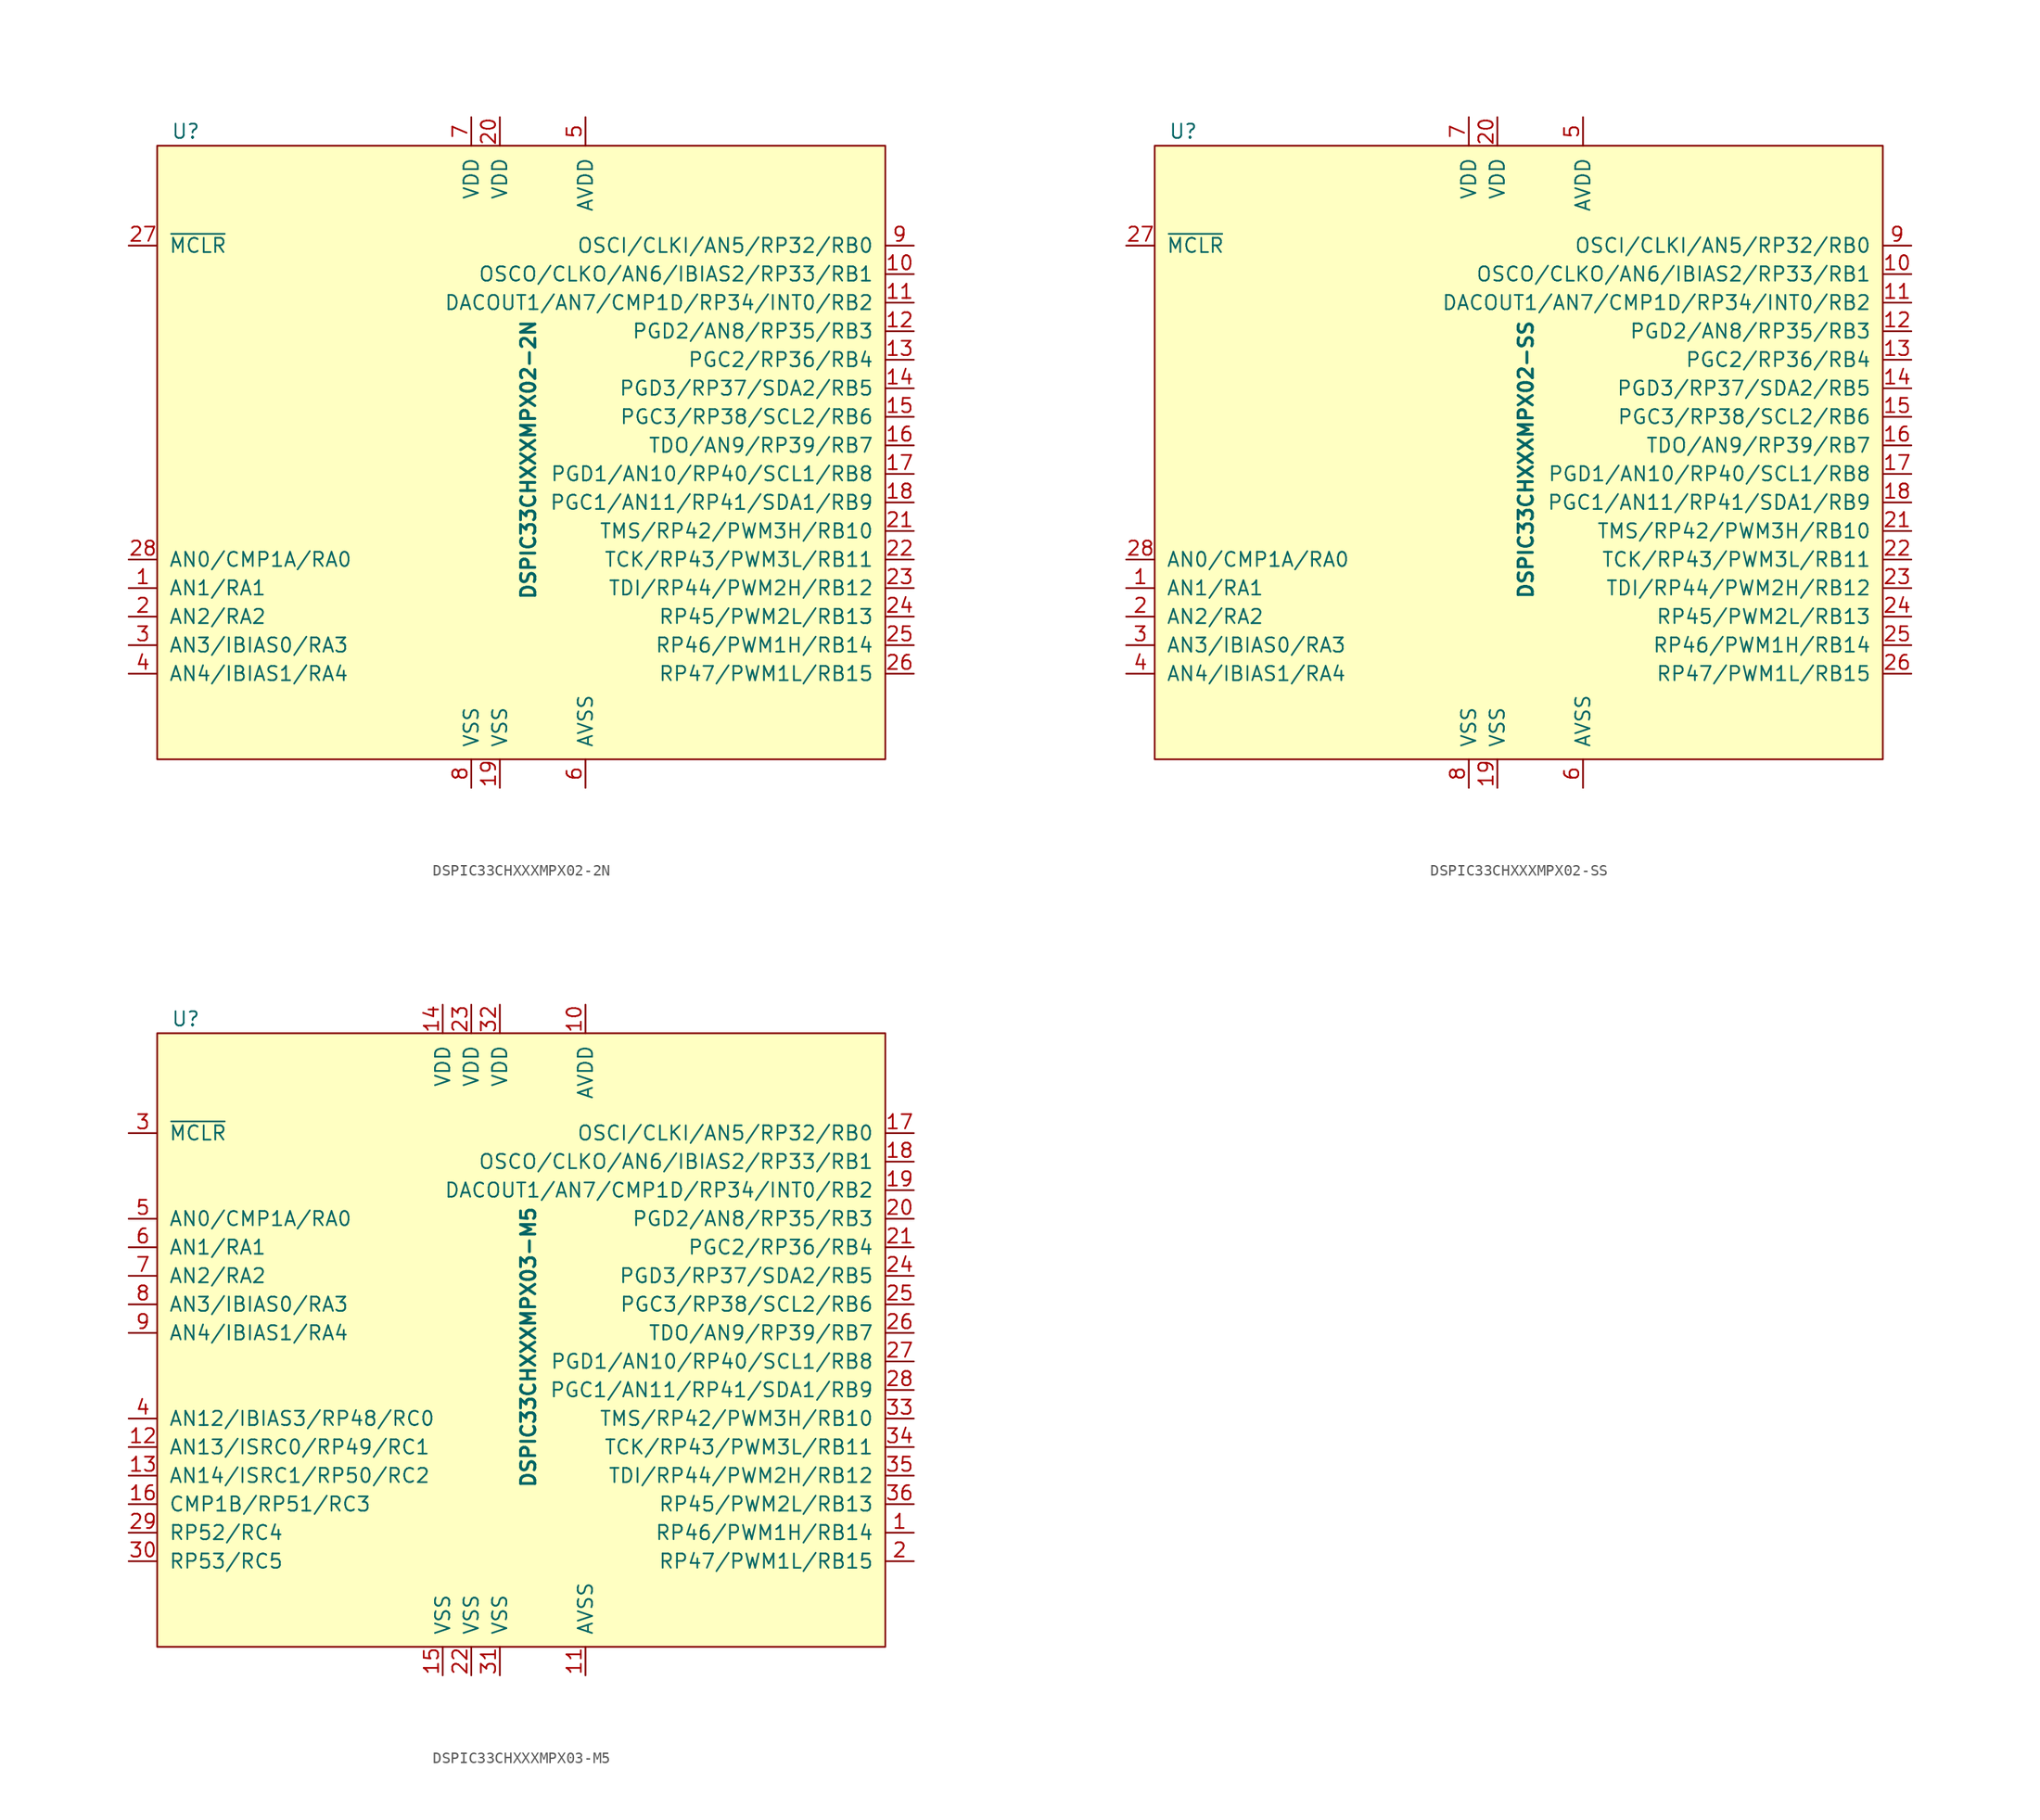
<source format=kicad_sym>
(kicad_symbol_lib
  (version 20220914)
  (generator kicad_symbol_editor)
  (symbol "DSPIC33CHXXXMPX02-2N"
    (pin_names
      (offset 1.016))
    (property "Reference" "U"
      (at -30.48 29.21 0)
      (effects (font (size 1.27 1.27))))
    (property "Value" "DSPIC33CHXXXMPX02-2N"
      (at 0 0 90)
      (effects (font (size 1.27 1.27) bold)))
    (symbol "DSPIC33CHXXXMPX02-2N_0_1"
      (rectangle (start -33.02 27.94) (end 31.75 -26.67) (stroke (width 0) (type solid)) (fill (type background))))
    (symbol "DSPIC33CHXXXMPX02-2N_1_1"
      (pin bidirectional line (at -35.56 -11.43 0) (length 2.54) (name "AN1/RA1" (effects (font (size 1.27 1.27)))) (number "1" (effects (font (size 1.27 1.27)))))
      (pin bidirectional line (at 34.29 16.51 180) (length 2.54) (name "OSCO/CLKO/AN6/IBIAS2/RP33/RB1" (effects (font (size 1.27 1.27)))) (number "10" (effects (font (size 1.27 1.27)))))
      (pin bidirectional line (at 34.29 13.97 180) (length 2.54) (name "DACOUT1/AN7/CMP1D/RP34/INT0/RB2" (effects (font (size 1.27 1.27)))) (number "11" (effects (font (size 1.27 1.27)))))
      (pin bidirectional line (at 34.29 11.43 180) (length 2.54) (name "PGD2/AN8/RP35/RB3" (effects (font (size 1.27 1.27)))) (number "12" (effects (font (size 1.27 1.27)))))
      (pin bidirectional line (at 34.29 8.89 180) (length 2.54) (name "PGC2/RP36/RB4" (effects (font (size 1.27 1.27)))) (number "13" (effects (font (size 1.27 1.27)))))
      (pin bidirectional line (at 34.29 6.35 180) (length 2.54) (name "PGD3/RP37/SDA2/RB5" (effects (font (size 1.27 1.27)))) (number "14" (effects (font (size 1.27 1.27)))))
      (pin bidirectional line (at 34.29 3.81 180) (length 2.54) (name "PGC3/RP38/SCL2/RB6" (effects (font (size 1.27 1.27)))) (number "15" (effects (font (size 1.27 1.27)))))
      (pin bidirectional line (at 34.29 1.27 180) (length 2.54) (name "TDO/AN9/RP39/RB7" (effects (font (size 1.27 1.27)))) (number "16" (effects (font (size 1.27 1.27)))))
      (pin bidirectional line (at 34.29 -1.27 180) (length 2.54) (name "PGD1/AN10/RP40/SCL1/RB8" (effects (font (size 1.27 1.27)))) (number "17" (effects (font (size 1.27 1.27)))))
      (pin bidirectional line (at 34.29 -3.81 180) (length 2.54) (name "PGC1/AN11/RP41/SDA1/RB9" (effects (font (size 1.27 1.27)))) (number "18" (effects (font (size 1.27 1.27)))))
      (pin power_in line (at -2.54 -29.21 90) (length 2.54) (name "VSS" (effects (font (size 1.27 1.27)))) (number "19" (effects (font (size 1.27 1.27)))))
      (pin bidirectional line (at -35.56 -13.97 0) (length 2.54) (name "AN2/RA2" (effects (font (size 1.27 1.27)))) (number "2" (effects (font (size 1.27 1.27)))))
      (pin power_in line (at -2.54 30.48 270) (length 2.54) (name "VDD" (effects (font (size 1.27 1.27)))) (number "20" (effects (font (size 1.27 1.27)))))
      (pin bidirectional line (at 34.29 -6.35 180) (length 2.54) (name "TMS/RP42/PWM3H/RB10" (effects (font (size 1.27 1.27)))) (number "21" (effects (font (size 1.27 1.27)))))
      (pin bidirectional line (at 34.29 -8.89 180) (length 2.54) (name "TCK/RP43/PWM3L/RB11" (effects (font (size 1.27 1.27)))) (number "22" (effects (font (size 1.27 1.27)))))
      (pin bidirectional line (at 34.29 -11.43 180) (length 2.54) (name "TDI/RP44/PWM2H/RB12" (effects (font (size 1.27 1.27)))) (number "23" (effects (font (size 1.27 1.27)))))
      (pin bidirectional line (at 34.29 -13.97 180) (length 2.54) (name "RP45/PWM2L/RB13" (effects (font (size 1.27 1.27)))) (number "24" (effects (font (size 1.27 1.27)))))
      (pin bidirectional line (at 34.29 -16.51 180) (length 2.54) (name "RP46/PWM1H/RB14" (effects (font (size 1.27 1.27)))) (number "25" (effects (font (size 1.27 1.27)))))
      (pin bidirectional line (at 34.29 -19.05 180) (length 2.54) (name "RP47/PWM1L/RB15" (effects (font (size 1.27 1.27)))) (number "26" (effects (font (size 1.27 1.27)))))
      (pin input line (at -35.56 19.05 0) (length 2.54) (name "~{MCLR}" (effects (font (size 1.27 1.27)))) (number "27" (effects (font (size 1.27 1.27)))))
      (pin bidirectional line (at -35.56 -8.89 0) (length 2.54) (name "AN0/CMP1A/RA0" (effects (font (size 1.27 1.27)))) (number "28" (effects (font (size 1.27 1.27)))))
      (pin bidirectional line (at -35.56 -16.51 0) (length 2.54) (name "AN3/IBIAS0/RA3" (effects (font (size 1.27 1.27)))) (number "3" (effects (font (size 1.27 1.27)))))
      (pin bidirectional line (at -35.56 -19.05 0) (length 2.54) (name "AN4/IBIAS1/RA4" (effects (font (size 1.27 1.27)))) (number "4" (effects (font (size 1.27 1.27)))))
      (pin power_in line (at 5.08 30.48 270) (length 2.54) (name "AVDD" (effects (font (size 1.27 1.27)))) (number "5" (effects (font (size 1.27 1.27)))))
      (pin power_in line (at 5.08 -29.21 90) (length 2.54) (name "AVSS" (effects (font (size 1.27 1.27)))) (number "6" (effects (font (size 1.27 1.27)))))
      (pin power_in line (at -5.08 30.48 270) (length 2.54) (name "VDD" (effects (font (size 1.27 1.27)))) (number "7" (effects (font (size 1.27 1.27)))))
      (pin power_in line (at -5.08 -29.21 90) (length 2.54) (name "VSS" (effects (font (size 1.27 1.27)))) (number "8" (effects (font (size 1.27 1.27)))))
      (pin bidirectional line (at 34.29 19.05 180) (length 2.54) (name "OSCI/CLKI/AN5/RP32/RB0" (effects (font (size 1.27 1.27)))) (number "9" (effects (font (size 1.27 1.27)))))))
  (symbol "DSPIC33CHXXXMPX02-SS"
    (pin_names
      (offset 1.016))
    (property "Reference" "U"
      (at -30.48 29.21 0)
      (effects (font (size 1.27 1.27))))
    (property "Value" "DSPIC33CHXXXMPX02-SS"
      (at 0 0 90)
      (effects (font (size 1.27 1.27) bold)))
    (symbol "DSPIC33CHXXXMPX02-SS_0_1"
      (rectangle (start -33.02 27.94) (end 31.75 -26.67) (stroke (width 0) (type solid)) (fill (type background))))
    (symbol "DSPIC33CHXXXMPX02-SS_1_1"
      (pin bidirectional line (at -35.56 -11.43 0) (length 2.54) (name "AN1/RA1" (effects (font (size 1.27 1.27)))) (number "1" (effects (font (size 1.27 1.27)))))
      (pin bidirectional line (at 34.29 16.51 180) (length 2.54) (name "OSCO/CLKO/AN6/IBIAS2/RP33/RB1" (effects (font (size 1.27 1.27)))) (number "10" (effects (font (size 1.27 1.27)))))
      (pin bidirectional line (at 34.29 13.97 180) (length 2.54) (name "DACOUT1/AN7/CMP1D/RP34/INT0/RB2" (effects (font (size 1.27 1.27)))) (number "11" (effects (font (size 1.27 1.27)))))
      (pin bidirectional line (at 34.29 11.43 180) (length 2.54) (name "PGD2/AN8/RP35/RB3" (effects (font (size 1.27 1.27)))) (number "12" (effects (font (size 1.27 1.27)))))
      (pin bidirectional line (at 34.29 8.89 180) (length 2.54) (name "PGC2/RP36/RB4" (effects (font (size 1.27 1.27)))) (number "13" (effects (font (size 1.27 1.27)))))
      (pin bidirectional line (at 34.29 6.35 180) (length 2.54) (name "PGD3/RP37/SDA2/RB5" (effects (font (size 1.27 1.27)))) (number "14" (effects (font (size 1.27 1.27)))))
      (pin bidirectional line (at 34.29 3.81 180) (length 2.54) (name "PGC3/RP38/SCL2/RB6" (effects (font (size 1.27 1.27)))) (number "15" (effects (font (size 1.27 1.27)))))
      (pin bidirectional line (at 34.29 1.27 180) (length 2.54) (name "TDO/AN9/RP39/RB7" (effects (font (size 1.27 1.27)))) (number "16" (effects (font (size 1.27 1.27)))))
      (pin bidirectional line (at 34.29 -1.27 180) (length 2.54) (name "PGD1/AN10/RP40/SCL1/RB8" (effects (font (size 1.27 1.27)))) (number "17" (effects (font (size 1.27 1.27)))))
      (pin bidirectional line (at 34.29 -3.81 180) (length 2.54) (name "PGC1/AN11/RP41/SDA1/RB9" (effects (font (size 1.27 1.27)))) (number "18" (effects (font (size 1.27 1.27)))))
      (pin power_in line (at -2.54 -29.21 90) (length 2.54) (name "VSS" (effects (font (size 1.27 1.27)))) (number "19" (effects (font (size 1.27 1.27)))))
      (pin bidirectional line (at -35.56 -13.97 0) (length 2.54) (name "AN2/RA2" (effects (font (size 1.27 1.27)))) (number "2" (effects (font (size 1.27 1.27)))))
      (pin power_in line (at -2.54 30.48 270) (length 2.54) (name "VDD" (effects (font (size 1.27 1.27)))) (number "20" (effects (font (size 1.27 1.27)))))
      (pin bidirectional line (at 34.29 -6.35 180) (length 2.54) (name "TMS/RP42/PWM3H/RB10" (effects (font (size 1.27 1.27)))) (number "21" (effects (font (size 1.27 1.27)))))
      (pin bidirectional line (at 34.29 -8.89 180) (length 2.54) (name "TCK/RP43/PWM3L/RB11" (effects (font (size 1.27 1.27)))) (number "22" (effects (font (size 1.27 1.27)))))
      (pin bidirectional line (at 34.29 -11.43 180) (length 2.54) (name "TDI/RP44/PWM2H/RB12" (effects (font (size 1.27 1.27)))) (number "23" (effects (font (size 1.27 1.27)))))
      (pin bidirectional line (at 34.29 -13.97 180) (length 2.54) (name "RP45/PWM2L/RB13" (effects (font (size 1.27 1.27)))) (number "24" (effects (font (size 1.27 1.27)))))
      (pin bidirectional line (at 34.29 -16.51 180) (length 2.54) (name "RP46/PWM1H/RB14" (effects (font (size 1.27 1.27)))) (number "25" (effects (font (size 1.27 1.27)))))
      (pin bidirectional line (at 34.29 -19.05 180) (length 2.54) (name "RP47/PWM1L/RB15" (effects (font (size 1.27 1.27)))) (number "26" (effects (font (size 1.27 1.27)))))
      (pin input line (at -35.56 19.05 0) (length 2.54) (name "~{MCLR}" (effects (font (size 1.27 1.27)))) (number "27" (effects (font (size 1.27 1.27)))))
      (pin bidirectional line (at -35.56 -8.89 0) (length 2.54) (name "AN0/CMP1A/RA0" (effects (font (size 1.27 1.27)))) (number "28" (effects (font (size 1.27 1.27)))))
      (pin bidirectional line (at -35.56 -16.51 0) (length 2.54) (name "AN3/IBIAS0/RA3" (effects (font (size 1.27 1.27)))) (number "3" (effects (font (size 1.27 1.27)))))
      (pin bidirectional line (at -35.56 -19.05 0) (length 2.54) (name "AN4/IBIAS1/RA4" (effects (font (size 1.27 1.27)))) (number "4" (effects (font (size 1.27 1.27)))))
      (pin power_in line (at 5.08 30.48 270) (length 2.54) (name "AVDD" (effects (font (size 1.27 1.27)))) (number "5" (effects (font (size 1.27 1.27)))))
      (pin power_in line (at 5.08 -29.21 90) (length 2.54) (name "AVSS" (effects (font (size 1.27 1.27)))) (number "6" (effects (font (size 1.27 1.27)))))
      (pin power_in line (at -5.08 30.48 270) (length 2.54) (name "VDD" (effects (font (size 1.27 1.27)))) (number "7" (effects (font (size 1.27 1.27)))))
      (pin power_in line (at -5.08 -29.21 90) (length 2.54) (name "VSS" (effects (font (size 1.27 1.27)))) (number "8" (effects (font (size 1.27 1.27)))))
      (pin bidirectional line (at 34.29 19.05 180) (length 2.54) (name "OSCI/CLKI/AN5/RP32/RB0" (effects (font (size 1.27 1.27)))) (number "9" (effects (font (size 1.27 1.27)))))))
  (symbol "DSPIC33CHXXXMPX03-M5"
    (pin_names
      (offset 1.016))
    (property "Reference" "U"
      (at -30.48 29.21 0)
      (effects (font (size 1.27 1.27))))
    (property "Value" "DSPIC33CHXXXMPX03-M5"
      (at 0 0 90)
      (effects (font (size 1.27 1.27) bold)))
    (symbol "DSPIC33CHXXXMPX03-M5_0_0"
      (pin bidirectional line (at 34.29 -3.81 180) (length 2.54) (name "PGC1/AN11/RP41/SDA1/RB9" (effects (font (size 1.27 1.27)))) (number "28" (effects (font (size 1.27 1.27)))))
      (pin bidirectional line (at -35.56 -16.51 0) (length 2.54) (name "RP52/RC4" (effects (font (size 1.27 1.27)))) (number "29" (effects (font (size 1.27 1.27)))))
      (pin bidirectional line (at -35.56 -19.05 0) (length 2.54) (name "RP53/RC5" (effects (font (size 1.27 1.27)))) (number "30" (effects (font (size 1.27 1.27)))))
      (pin power_in line (at -2.54 -29.21 90) (length 2.54) (name "VSS" (effects (font (size 1.27 1.27)))) (number "31" (effects (font (size 1.27 1.27)))))
      (pin power_in line (at -2.54 30.48 270) (length 2.54) (name "VDD" (effects (font (size 1.27 1.27)))) (number "32" (effects (font (size 1.27 1.27)))))
      (pin bidirectional line (at 34.29 -6.35 180) (length 2.54) (name "TMS/RP42/PWM3H/RB10" (effects (font (size 1.27 1.27)))) (number "33" (effects (font (size 1.27 1.27)))))
      (pin bidirectional line (at 34.29 -8.89 180) (length 2.54) (name "TCK/RP43/PWM3L/RB11" (effects (font (size 1.27 1.27)))) (number "34" (effects (font (size 1.27 1.27)))))
      (pin bidirectional line (at 34.29 -11.43 180) (length 2.54) (name "TDI/RP44/PWM2H/RB12" (effects (font (size 1.27 1.27)))) (number "35" (effects (font (size 1.27 1.27)))))
      (pin bidirectional line (at 34.29 -13.97 180) (length 2.54) (name "RP45/PWM2L/RB13" (effects (font (size 1.27 1.27)))) (number "36" (effects (font (size 1.27 1.27))))))
    (symbol "DSPIC33CHXXXMPX03-M5_0_1"
      (rectangle (start -33.02 27.94) (end 31.75 -26.67) (stroke (width 0) (type solid)) (fill (type background))))
    (symbol "DSPIC33CHXXXMPX03-M5_1_1"
      (pin bidirectional line (at 34.29 -16.51 180) (length 2.54) (name "RP46/PWM1H/RB14" (effects (font (size 1.27 1.27)))) (number "1" (effects (font (size 1.27 1.27)))))
      (pin power_in line (at 5.08 30.48 270) (length 2.54) (name "AVDD" (effects (font (size 1.27 1.27)))) (number "10" (effects (font (size 1.27 1.27)))))
      (pin power_in line (at 5.08 -29.21 90) (length 2.54) (name "AVSS" (effects (font (size 1.27 1.27)))) (number "11" (effects (font (size 1.27 1.27)))))
      (pin bidirectional line (at -35.56 -8.89 0) (length 2.54) (name "AN13/ISRC0/RP49/RC1" (effects (font (size 1.27 1.27)))) (number "12" (effects (font (size 1.27 1.27)))))
      (pin bidirectional line (at -35.56 -11.43 0) (length 2.54) (name "AN14/ISRC1/RP50/RC2" (effects (font (size 1.27 1.27)))) (number "13" (effects (font (size 1.27 1.27)))))
      (pin power_in line (at -7.62 30.48 270) (length 2.54) (name "VDD" (effects (font (size 1.27 1.27)))) (number "14" (effects (font (size 1.27 1.27)))))
      (pin power_in line (at -7.62 -29.21 90) (length 2.54) (name "VSS" (effects (font (size 1.27 1.27)))) (number "15" (effects (font (size 1.27 1.27)))))
      (pin bidirectional line (at -35.56 -13.97 0) (length 2.54) (name "CMP1B/RP51/RC3" (effects (font (size 1.27 1.27)))) (number "16" (effects (font (size 1.27 1.27)))))
      (pin bidirectional line (at 34.29 19.05 180) (length 2.54) (name "OSCI/CLKI/AN5/RP32/RB0" (effects (font (size 1.27 1.27)))) (number "17" (effects (font (size 1.27 1.27)))))
      (pin bidirectional line (at 34.29 16.51 180) (length 2.54) (name "OSCO/CLKO/AN6/IBIAS2/RP33/RB1" (effects (font (size 1.27 1.27)))) (number "18" (effects (font (size 1.27 1.27)))))
      (pin bidirectional line (at 34.29 13.97 180) (length 2.54) (name "DACOUT1/AN7/CMP1D/RP34/INT0/RB2" (effects (font (size 1.27 1.27)))) (number "19" (effects (font (size 1.27 1.27)))))
      (pin bidirectional line (at 34.29 -19.05 180) (length 2.54) (name "RP47/PWM1L/RB15" (effects (font (size 1.27 1.27)))) (number "2" (effects (font (size 1.27 1.27)))))
      (pin bidirectional line (at 34.29 11.43 180) (length 2.54) (name "PGD2/AN8/RP35/RB3" (effects (font (size 1.27 1.27)))) (number "20" (effects (font (size 1.27 1.27)))))
      (pin bidirectional line (at 34.29 8.89 180) (length 2.54) (name "PGC2/RP36/RB4" (effects (font (size 1.27 1.27)))) (number "21" (effects (font (size 1.27 1.27)))))
      (pin power_in line (at -5.08 -29.21 90) (length 2.54) (name "VSS" (effects (font (size 1.27 1.27)))) (number "22" (effects (font (size 1.27 1.27)))))
      (pin power_in line (at -5.08 30.48 270) (length 2.54) (name "VDD" (effects (font (size 1.27 1.27)))) (number "23" (effects (font (size 1.27 1.27)))))
      (pin bidirectional line (at 34.29 6.35 180) (length 2.54) (name "PGD3/RP37/SDA2/RB5" (effects (font (size 1.27 1.27)))) (number "24" (effects (font (size 1.27 1.27)))))
      (pin bidirectional line (at 34.29 3.81 180) (length 2.54) (name "PGC3/RP38/SCL2/RB6" (effects (font (size 1.27 1.27)))) (number "25" (effects (font (size 1.27 1.27)))))
      (pin bidirectional line (at 34.29 1.27 180) (length 2.54) (name "TDO/AN9/RP39/RB7" (effects (font (size 1.27 1.27)))) (number "26" (effects (font (size 1.27 1.27)))))
      (pin bidirectional line (at 34.29 -1.27 180) (length 2.54) (name "PGD1/AN10/RP40/SCL1/RB8" (effects (font (size 1.27 1.27)))) (number "27" (effects (font (size 1.27 1.27)))))
      (pin input line (at -35.56 19.05 0) (length 2.54) (name "~{MCLR}" (effects (font (size 1.27 1.27)))) (number "3" (effects (font (size 1.27 1.27)))))
      (pin bidirectional line (at -35.56 -6.35 0) (length 2.54) (name "AN12/IBIAS3/RP48/RC0" (effects (font (size 1.27 1.27)))) (number "4" (effects (font (size 1.27 1.27)))))
      (pin bidirectional line (at -35.56 11.43 0) (length 2.54) (name "AN0/CMP1A/RA0" (effects (font (size 1.27 1.27)))) (number "5" (effects (font (size 1.27 1.27)))))
      (pin bidirectional line (at -35.56 8.89 0) (length 2.54) (name "AN1/RA1" (effects (font (size 1.27 1.27)))) (number "6" (effects (font (size 1.27 1.27)))))
      (pin bidirectional line (at -35.56 6.35 0) (length 2.54) (name "AN2/RA2" (effects (font (size 1.27 1.27)))) (number "7" (effects (font (size 1.27 1.27)))))
      (pin bidirectional line (at -35.56 3.81 0) (length 2.54) (name "AN3/IBIAS0/RA3" (effects (font (size 1.27 1.27)))) (number "8" (effects (font (size 1.27 1.27)))))
      (pin bidirectional line (at -35.56 1.27 0) (length 2.54) (name "AN4/IBIAS1/RA4" (effects (font (size 1.27 1.27)))) (number "9" (effects (font (size 1.27 1.27))))))))
</source>
